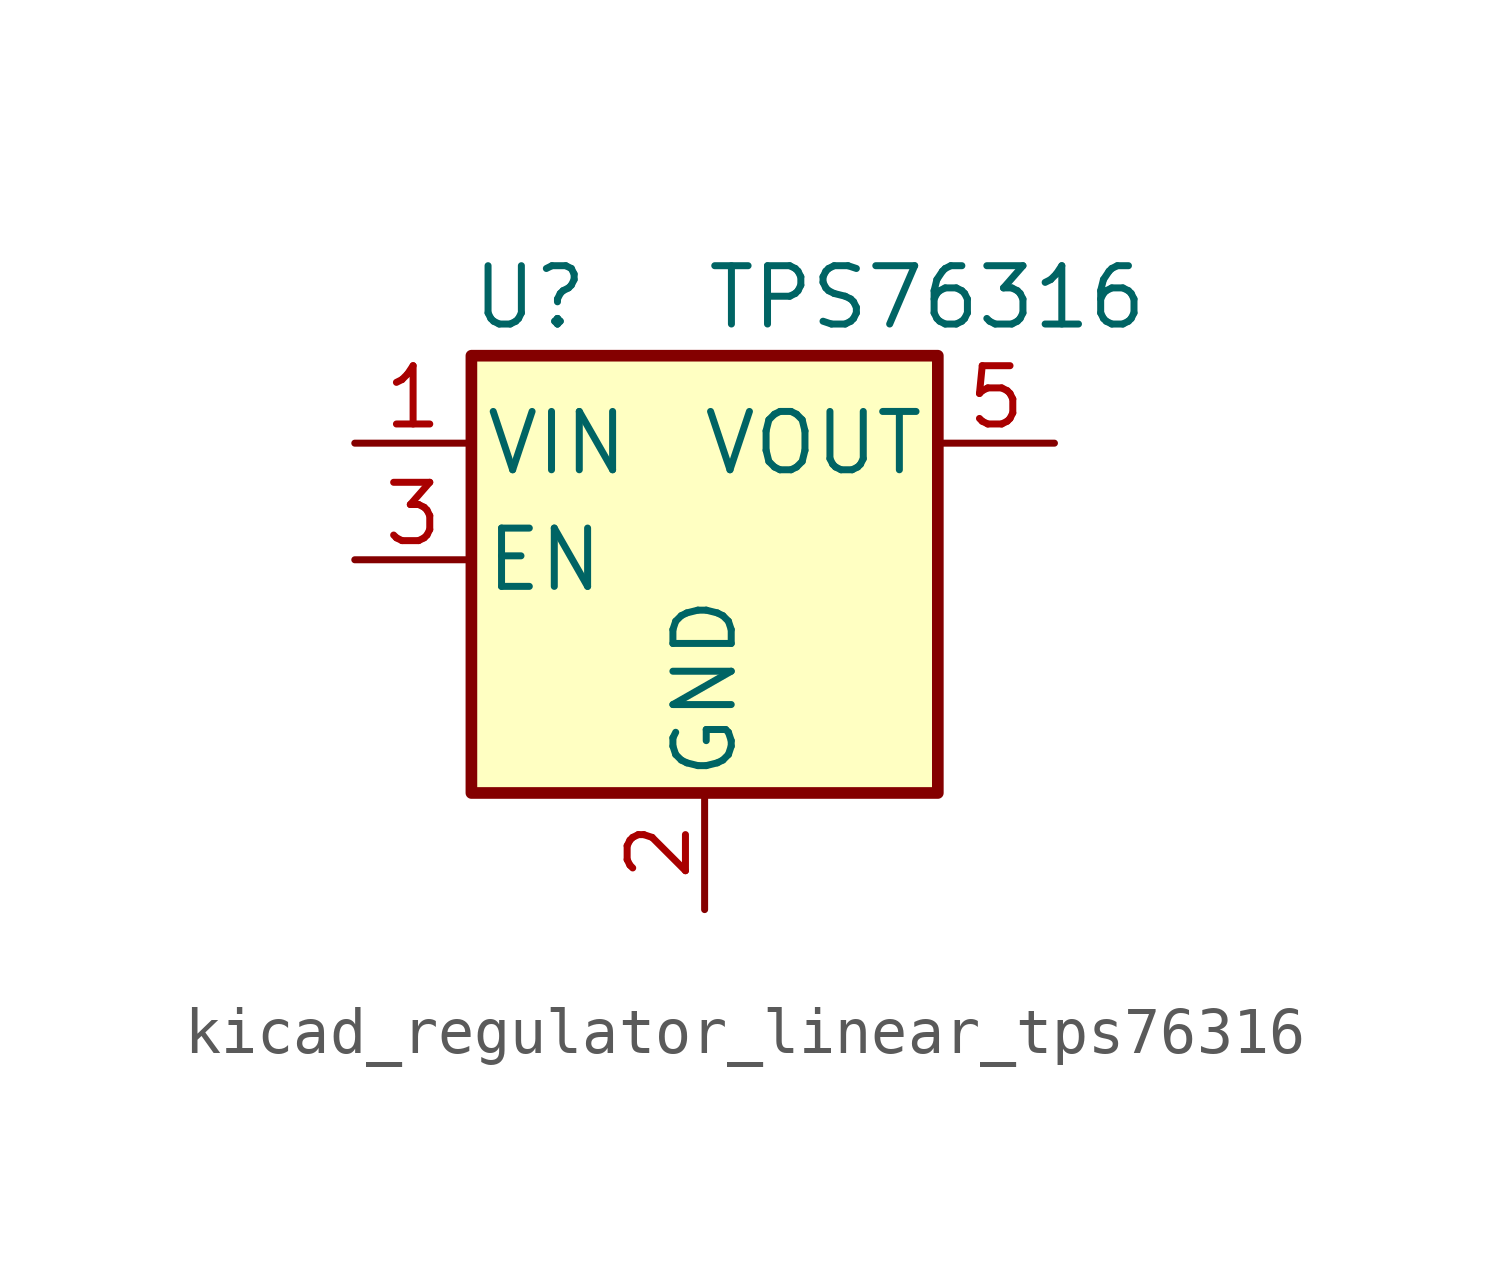
<source format=kicad_sym>
(kicad_symbol_lib
  (version 20220914)
  (generator kicad_symbol_editor)
  (symbol "kicad_regulator_linear_tps76316"
    (pin_names
      (offset 0.254))
    (property "Reference" "U"
      (at -3.81 5.715 0)
      (effects (font (size 1.27 1.27))))
    (property "Value" "TPS76316"
      (at 0 5.715 0)
      (effects (font (size 1.27 1.27)) (justify left)))
    (symbol "kicad_regulator_linear_tps76316_0_1"
      (rectangle (start -5.08 4.445) (end 5.08 -5.08) (stroke (width 0.254) (type default)) (fill (type background))))
    (symbol "kicad_regulator_linear_tps76316_1_1"
      (pin power_in line (at -7.62 2.54 0) (length 2.54) (name "VIN" (effects (font (size 1.27 1.27)))) (number "1" (effects (font (size 1.27 1.27)))))
      (pin power_in line (at 0 -7.62 90) (length 2.54) (name "GND" (effects (font (size 1.27 1.27)))) (number "2" (effects (font (size 1.27 1.27)))))
      (pin input line (at -7.62 0 0) (length 2.54) (name "EN" (effects (font (size 1.27 1.27)))) (number "3" (effects (font (size 1.27 1.27)))))
      (pin no_connect line (at 5.08 0 180) (length 2.54) hide (name "NC" (effects (font (size 1.27 1.27)))) (number "4" (effects (font (size 1.27 1.27)))))
      (pin power_out line (at 7.62 2.54 180) (length 2.54) (name "VOUT" (effects (font (size 1.27 1.27)))) (number "5" (effects (font (size 1.27 1.27))))))))
</source>
